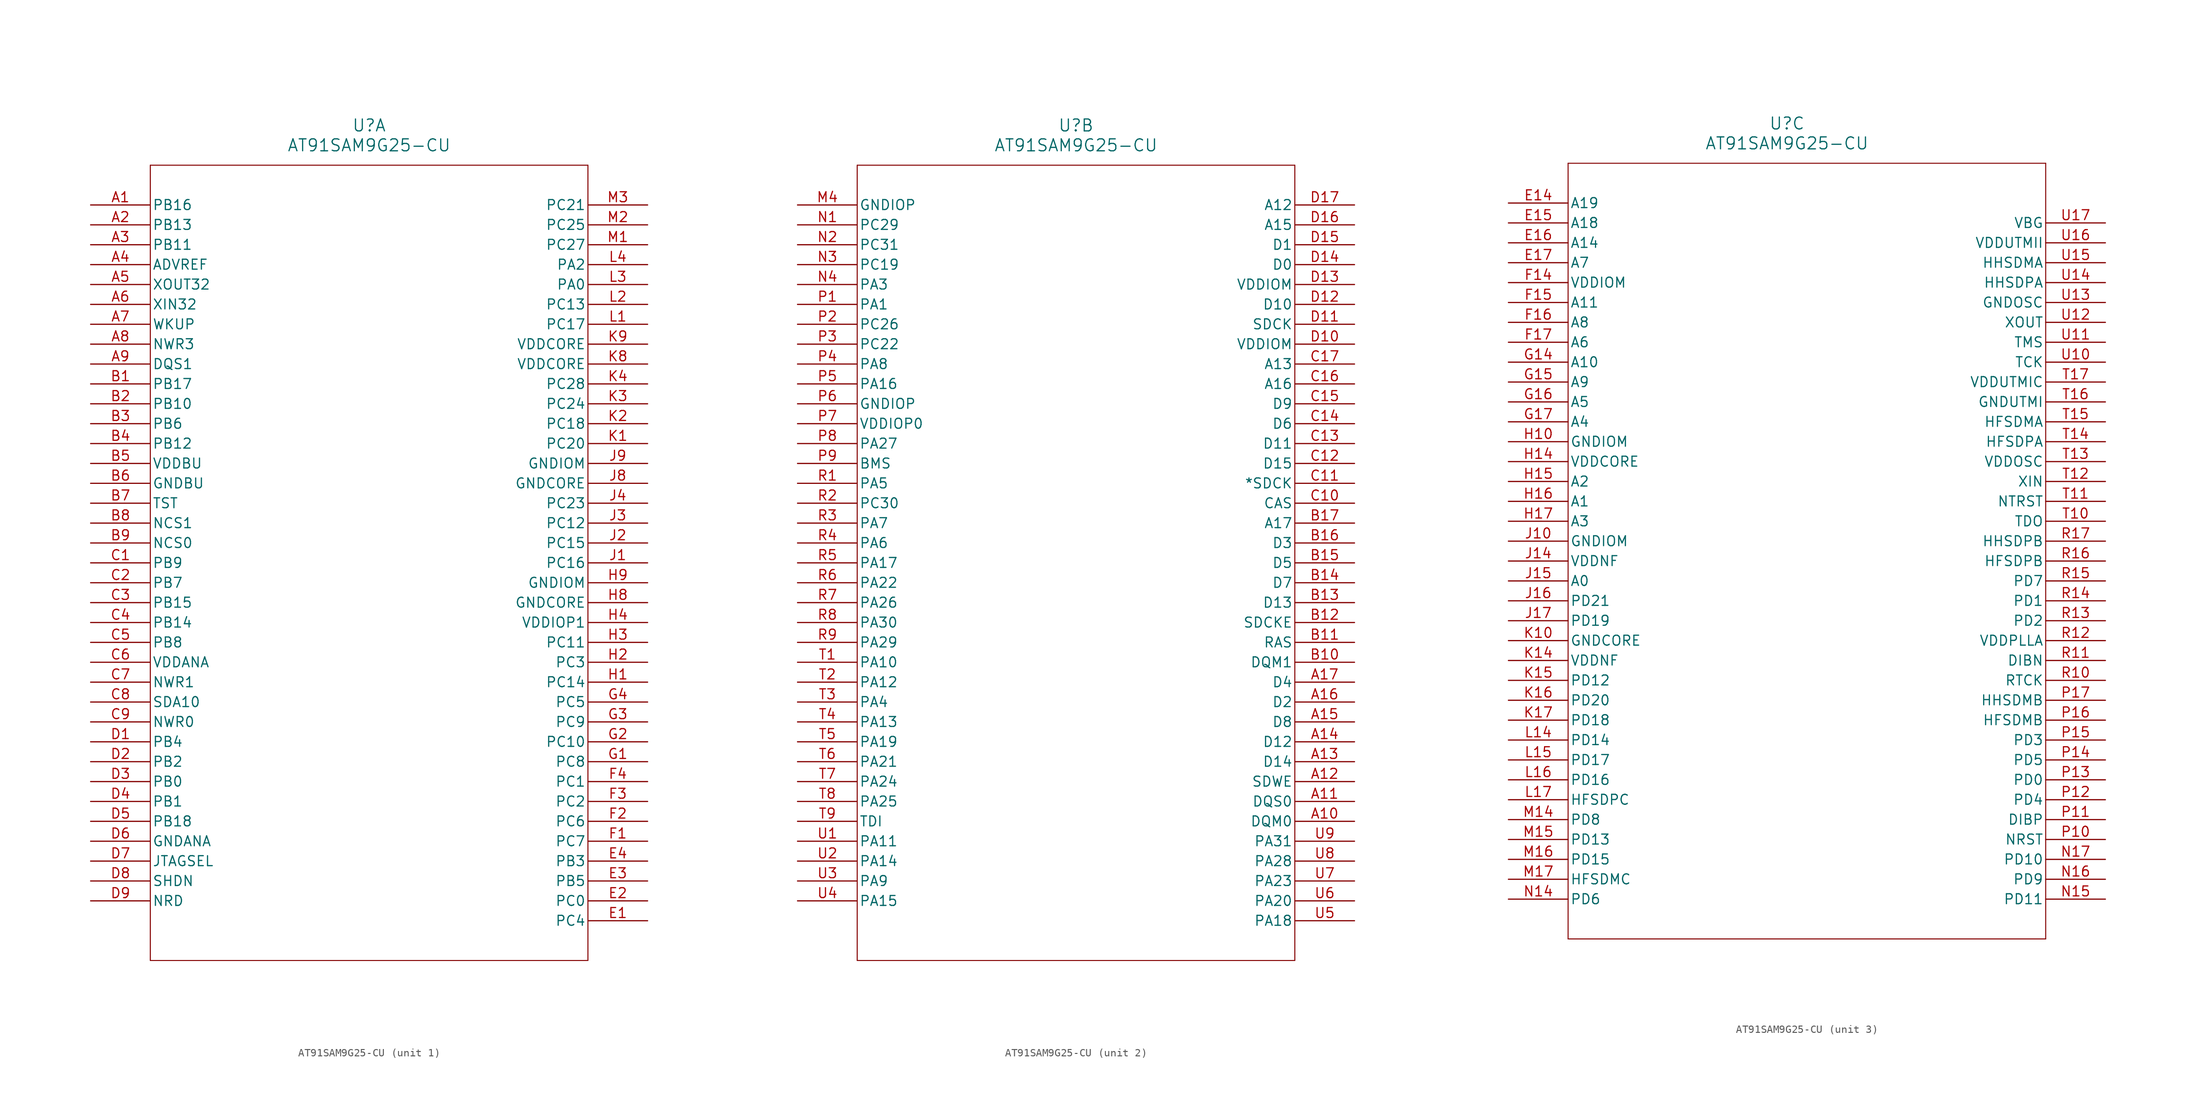
<source format=kicad_sym>
(kicad_symbol_lib
  (version 20211014)
  (generator kicad_symbol_editor)
  (symbol "AT91SAM9G25-CU"
    (pin_names
      (offset 0.254))
    (property "Reference" "U"
      (at 35.56 10.16 0)
      (effects (font (size 1.524 1.524))))
    (property "Value" "AT91SAM9G25-CU"
      (at 35.56 7.62 0)
      (effects (font (size 1.524 1.524))))
    (symbol "AT91SAM9G25-CU_1_1"
      (polyline (pts (xy 7.62 5.08) (xy 7.62 -96.52)) (stroke (width 0.127) (type default) (color 0 0 0 0)) (fill (type none)))
      (polyline (pts (xy 7.62 -96.52) (xy 63.5 -96.52)) (stroke (width 0.127) (type default) (color 0 0 0 0)) (fill (type none)))
      (polyline (pts (xy 63.5 -96.52) (xy 63.5 5.08)) (stroke (width 0.127) (type default) (color 0 0 0 0)) (fill (type none)))
      (polyline (pts (xy 63.5 5.08) (xy 7.62 5.08)) (stroke (width 0.127) (type default) (color 0 0 0 0)) (fill (type none)))
      (pin bidirectional line (at 0 0 0) (length 7.62) (name "PB16" (effects (font (size 1.27 1.27)))) (number "A1" (effects (font (size 1.27 1.27)))))
      (pin bidirectional line (at 0 -2.54 0) (length 7.62) (name "PB13" (effects (font (size 1.27 1.27)))) (number "A2" (effects (font (size 1.27 1.27)))))
      (pin bidirectional line (at 0 -5.08 0) (length 7.62) (name "PB11" (effects (font (size 1.27 1.27)))) (number "A3" (effects (font (size 1.27 1.27)))))
      (pin input line (at 0 -7.62 0) (length 7.62) (name "ADVREF" (effects (font (size 1.27 1.27)))) (number "A4" (effects (font (size 1.27 1.27)))))
      (pin output line (at 0 -10.16 0) (length 7.62) (name "XOUT32" (effects (font (size 1.27 1.27)))) (number "A5" (effects (font (size 1.27 1.27)))))
      (pin input line (at 0 -12.7 0) (length 7.62) (name "XIN32" (effects (font (size 1.27 1.27)))) (number "A6" (effects (font (size 1.27 1.27)))))
      (pin input line (at 0 -15.24 0) (length 7.62) (name "WKUP" (effects (font (size 1.27 1.27)))) (number "A7" (effects (font (size 1.27 1.27)))))
      (pin output line (at 0 -17.78 0) (length 7.62) (name "NWR3" (effects (font (size 1.27 1.27)))) (number "A8" (effects (font (size 1.27 1.27)))))
      (pin bidirectional line (at 0 -20.32 0) (length 7.62) (name "DQS1" (effects (font (size 1.27 1.27)))) (number "A9" (effects (font (size 1.27 1.27)))))
      (pin bidirectional line (at 0 -22.86 0) (length 7.62) (name "PB17" (effects (font (size 1.27 1.27)))) (number "B1" (effects (font (size 1.27 1.27)))))
      (pin bidirectional line (at 0 -25.4 0) (length 7.62) (name "PB10" (effects (font (size 1.27 1.27)))) (number "B2" (effects (font (size 1.27 1.27)))))
      (pin bidirectional line (at 0 -27.94 0) (length 7.62) (name "PB6" (effects (font (size 1.27 1.27)))) (number "B3" (effects (font (size 1.27 1.27)))))
      (pin bidirectional line (at 0 -30.48 0) (length 7.62) (name "PB12" (effects (font (size 1.27 1.27)))) (number "B4" (effects (font (size 1.27 1.27)))))
      (pin input line (at 0 -33.02 0) (length 7.62) (name "VDDBU" (effects (font (size 1.27 1.27)))) (number "B5" (effects (font (size 1.27 1.27)))))
      (pin input line (at 0 -35.56 0) (length 7.62) (name "GNDBU" (effects (font (size 1.27 1.27)))) (number "B6" (effects (font (size 1.27 1.27)))))
      (pin input line (at 0 -38.1 0) (length 7.62) (name "TST" (effects (font (size 1.27 1.27)))) (number "B7" (effects (font (size 1.27 1.27)))))
      (pin output line (at 0 -40.64 0) (length 7.62) (name "NCS1" (effects (font (size 1.27 1.27)))) (number "B8" (effects (font (size 1.27 1.27)))))
      (pin output line (at 0 -43.18 0) (length 7.62) (name "NCS0" (effects (font (size 1.27 1.27)))) (number "B9" (effects (font (size 1.27 1.27)))))
      (pin bidirectional line (at 0 -45.72 0) (length 7.62) (name "PB9" (effects (font (size 1.27 1.27)))) (number "C1" (effects (font (size 1.27 1.27)))))
      (pin bidirectional line (at 0 -48.26 0) (length 7.62) (name "PB7" (effects (font (size 1.27 1.27)))) (number "C2" (effects (font (size 1.27 1.27)))))
      (pin bidirectional line (at 0 -50.8 0) (length 7.62) (name "PB15" (effects (font (size 1.27 1.27)))) (number "C3" (effects (font (size 1.27 1.27)))))
      (pin bidirectional line (at 0 -53.34 0) (length 7.62) (name "PB14" (effects (font (size 1.27 1.27)))) (number "C4" (effects (font (size 1.27 1.27)))))
      (pin bidirectional line (at 0 -55.88 0) (length 7.62) (name "PB8" (effects (font (size 1.27 1.27)))) (number "C5" (effects (font (size 1.27 1.27)))))
      (pin input line (at 0 -58.42 0) (length 7.62) (name "VDDANA" (effects (font (size 1.27 1.27)))) (number "C6" (effects (font (size 1.27 1.27)))))
      (pin output line (at 0 -60.96 0) (length 7.62) (name "NWR1" (effects (font (size 1.27 1.27)))) (number "C7" (effects (font (size 1.27 1.27)))))
      (pin output line (at 0 -63.5 0) (length 7.62) (name "SDA10" (effects (font (size 1.27 1.27)))) (number "C8" (effects (font (size 1.27 1.27)))))
      (pin output line (at 0 -66.04 0) (length 7.62) (name "NWR0" (effects (font (size 1.27 1.27)))) (number "C9" (effects (font (size 1.27 1.27)))))
      (pin bidirectional line (at 0 -68.58 0) (length 7.62) (name "PB4" (effects (font (size 1.27 1.27)))) (number "D1" (effects (font (size 1.27 1.27)))))
      (pin bidirectional line (at 0 -71.12 0) (length 7.62) (name "PB2" (effects (font (size 1.27 1.27)))) (number "D2" (effects (font (size 1.27 1.27)))))
      (pin bidirectional line (at 0 -73.66 0) (length 7.62) (name "PB0" (effects (font (size 1.27 1.27)))) (number "D3" (effects (font (size 1.27 1.27)))))
      (pin bidirectional line (at 0 -76.2 0) (length 7.62) (name "PB1" (effects (font (size 1.27 1.27)))) (number "D4" (effects (font (size 1.27 1.27)))))
      (pin bidirectional line (at 0 -78.74 0) (length 7.62) (name "PB18" (effects (font (size 1.27 1.27)))) (number "D5" (effects (font (size 1.27 1.27)))))
      (pin input line (at 0 -81.28 0) (length 7.62) (name "GNDANA" (effects (font (size 1.27 1.27)))) (number "D6" (effects (font (size 1.27 1.27)))))
      (pin input line (at 0 -83.82 0) (length 7.62) (name "JTAGSEL" (effects (font (size 1.27 1.27)))) (number "D7" (effects (font (size 1.27 1.27)))))
      (pin output line (at 0 -86.36 0) (length 7.62) (name "SHDN" (effects (font (size 1.27 1.27)))) (number "D8" (effects (font (size 1.27 1.27)))))
      (pin output line (at 0 -88.9 0) (length 7.62) (name "NRD" (effects (font (size 1.27 1.27)))) (number "D9" (effects (font (size 1.27 1.27)))))
      (pin bidirectional line (at 71.12 -91.44 180) (length 7.62) (name "PC4" (effects (font (size 1.27 1.27)))) (number "E1" (effects (font (size 1.27 1.27)))))
      (pin bidirectional line (at 71.12 -88.9 180) (length 7.62) (name "PC0" (effects (font (size 1.27 1.27)))) (number "E2" (effects (font (size 1.27 1.27)))))
      (pin bidirectional line (at 71.12 -86.36 180) (length 7.62) (name "PB5" (effects (font (size 1.27 1.27)))) (number "E3" (effects (font (size 1.27 1.27)))))
      (pin bidirectional line (at 71.12 -83.82 180) (length 7.62) (name "PB3" (effects (font (size 1.27 1.27)))) (number "E4" (effects (font (size 1.27 1.27)))))
      (pin bidirectional line (at 71.12 -81.28 180) (length 7.62) (name "PC7" (effects (font (size 1.27 1.27)))) (number "F1" (effects (font (size 1.27 1.27)))))
      (pin bidirectional line (at 71.12 -78.74 180) (length 7.62) (name "PC6" (effects (font (size 1.27 1.27)))) (number "F2" (effects (font (size 1.27 1.27)))))
      (pin bidirectional line (at 71.12 -76.2 180) (length 7.62) (name "PC2" (effects (font (size 1.27 1.27)))) (number "F3" (effects (font (size 1.27 1.27)))))
      (pin bidirectional line (at 71.12 -73.66 180) (length 7.62) (name "PC1" (effects (font (size 1.27 1.27)))) (number "F4" (effects (font (size 1.27 1.27)))))
      (pin bidirectional line (at 71.12 -71.12 180) (length 7.62) (name "PC8" (effects (font (size 1.27 1.27)))) (number "G1" (effects (font (size 1.27 1.27)))))
      (pin bidirectional line (at 71.12 -68.58 180) (length 7.62) (name "PC10" (effects (font (size 1.27 1.27)))) (number "G2" (effects (font (size 1.27 1.27)))))
      (pin bidirectional line (at 71.12 -66.04 180) (length 7.62) (name "PC9" (effects (font (size 1.27 1.27)))) (number "G3" (effects (font (size 1.27 1.27)))))
      (pin bidirectional line (at 71.12 -63.5 180) (length 7.62) (name "PC5" (effects (font (size 1.27 1.27)))) (number "G4" (effects (font (size 1.27 1.27)))))
      (pin bidirectional line (at 71.12 -60.96 180) (length 7.62) (name "PC14" (effects (font (size 1.27 1.27)))) (number "H1" (effects (font (size 1.27 1.27)))))
      (pin bidirectional line (at 71.12 -58.42 180) (length 7.62) (name "PC3" (effects (font (size 1.27 1.27)))) (number "H2" (effects (font (size 1.27 1.27)))))
      (pin bidirectional line (at 71.12 -55.88 180) (length 7.62) (name "PC11" (effects (font (size 1.27 1.27)))) (number "H3" (effects (font (size 1.27 1.27)))))
      (pin input line (at 71.12 -53.34 180) (length 7.62) (name "VDDIOP1" (effects (font (size 1.27 1.27)))) (number "H4" (effects (font (size 1.27 1.27)))))
      (pin input line (at 71.12 -50.8 180) (length 7.62) (name "GNDCORE" (effects (font (size 1.27 1.27)))) (number "H8" (effects (font (size 1.27 1.27)))))
      (pin input line (at 71.12 -48.26 180) (length 7.62) (name "GNDIOM" (effects (font (size 1.27 1.27)))) (number "H9" (effects (font (size 1.27 1.27)))))
      (pin bidirectional line (at 71.12 -45.72 180) (length 7.62) (name "PC16" (effects (font (size 1.27 1.27)))) (number "J1" (effects (font (size 1.27 1.27)))))
      (pin bidirectional line (at 71.12 -43.18 180) (length 7.62) (name "PC15" (effects (font (size 1.27 1.27)))) (number "J2" (effects (font (size 1.27 1.27)))))
      (pin bidirectional line (at 71.12 -40.64 180) (length 7.62) (name "PC12" (effects (font (size 1.27 1.27)))) (number "J3" (effects (font (size 1.27 1.27)))))
      (pin bidirectional line (at 71.12 -38.1 180) (length 7.62) (name "PC23" (effects (font (size 1.27 1.27)))) (number "J4" (effects (font (size 1.27 1.27)))))
      (pin input line (at 71.12 -35.56 180) (length 7.62) (name "GNDCORE" (effects (font (size 1.27 1.27)))) (number "J8" (effects (font (size 1.27 1.27)))))
      (pin input line (at 71.12 -33.02 180) (length 7.62) (name "GNDIOM" (effects (font (size 1.27 1.27)))) (number "J9" (effects (font (size 1.27 1.27)))))
      (pin bidirectional line (at 71.12 -30.48 180) (length 7.62) (name "PC20" (effects (font (size 1.27 1.27)))) (number "K1" (effects (font (size 1.27 1.27)))))
      (pin bidirectional line (at 71.12 -27.94 180) (length 7.62) (name "PC18" (effects (font (size 1.27 1.27)))) (number "K2" (effects (font (size 1.27 1.27)))))
      (pin bidirectional line (at 71.12 -25.4 180) (length 7.62) (name "PC24" (effects (font (size 1.27 1.27)))) (number "K3" (effects (font (size 1.27 1.27)))))
      (pin bidirectional line (at 71.12 -22.86 180) (length 7.62) (name "PC28" (effects (font (size 1.27 1.27)))) (number "K4" (effects (font (size 1.27 1.27)))))
      (pin input line (at 71.12 -20.32 180) (length 7.62) (name "VDDCORE" (effects (font (size 1.27 1.27)))) (number "K8" (effects (font (size 1.27 1.27)))))
      (pin input line (at 71.12 -17.78 180) (length 7.62) (name "VDDCORE" (effects (font (size 1.27 1.27)))) (number "K9" (effects (font (size 1.27 1.27)))))
      (pin bidirectional line (at 71.12 -15.24 180) (length 7.62) (name "PC17" (effects (font (size 1.27 1.27)))) (number "L1" (effects (font (size 1.27 1.27)))))
      (pin bidirectional line (at 71.12 -12.7 180) (length 7.62) (name "PC13" (effects (font (size 1.27 1.27)))) (number "L2" (effects (font (size 1.27 1.27)))))
      (pin bidirectional line (at 71.12 -10.16 180) (length 7.62) (name "PA0" (effects (font (size 1.27 1.27)))) (number "L3" (effects (font (size 1.27 1.27)))))
      (pin bidirectional line (at 71.12 -7.62 180) (length 7.62) (name "PA2" (effects (font (size 1.27 1.27)))) (number "L4" (effects (font (size 1.27 1.27)))))
      (pin bidirectional line (at 71.12 -5.08 180) (length 7.62) (name "PC27" (effects (font (size 1.27 1.27)))) (number "M1" (effects (font (size 1.27 1.27)))))
      (pin bidirectional line (at 71.12 -2.54 180) (length 7.62) (name "PC25" (effects (font (size 1.27 1.27)))) (number "M2" (effects (font (size 1.27 1.27)))))
      (pin bidirectional line (at 71.12 0 180) (length 7.62) (name "PC21" (effects (font (size 1.27 1.27)))) (number "M3" (effects (font (size 1.27 1.27))))))
    (symbol "AT91SAM9G25-CU_2_1"
      (polyline (pts (xy 7.62 5.08) (xy 7.62 -96.52)) (stroke (width 0.127) (type default) (color 0 0 0 0)) (fill (type none)))
      (polyline (pts (xy 7.62 -96.52) (xy 63.5 -96.52)) (stroke (width 0.127) (type default) (color 0 0 0 0)) (fill (type none)))
      (polyline (pts (xy 63.5 -96.52) (xy 63.5 5.08)) (stroke (width 0.127) (type default) (color 0 0 0 0)) (fill (type none)))
      (polyline (pts (xy 63.5 5.08) (xy 7.62 5.08)) (stroke (width 0.127) (type default) (color 0 0 0 0)) (fill (type none)))
      (pin input line (at 0 0 0) (length 7.62) (name "GNDIOP" (effects (font (size 1.27 1.27)))) (number "M4" (effects (font (size 1.27 1.27)))))
      (pin bidirectional line (at 0 -2.54 0) (length 7.62) (name "PC29" (effects (font (size 1.27 1.27)))) (number "N1" (effects (font (size 1.27 1.27)))))
      (pin bidirectional line (at 0 -5.08 0) (length 7.62) (name "PC31" (effects (font (size 1.27 1.27)))) (number "N2" (effects (font (size 1.27 1.27)))))
      (pin bidirectional line (at 0 -7.62 0) (length 7.62) (name "PC19" (effects (font (size 1.27 1.27)))) (number "N3" (effects (font (size 1.27 1.27)))))
      (pin bidirectional line (at 0 -10.16 0) (length 7.62) (name "PA3" (effects (font (size 1.27 1.27)))) (number "N4" (effects (font (size 1.27 1.27)))))
      (pin bidirectional line (at 0 -12.7 0) (length 7.62) (name "PA1" (effects (font (size 1.27 1.27)))) (number "P1" (effects (font (size 1.27 1.27)))))
      (pin bidirectional line (at 0 -15.24 0) (length 7.62) (name "PC26" (effects (font (size 1.27 1.27)))) (number "P2" (effects (font (size 1.27 1.27)))))
      (pin bidirectional line (at 0 -17.78 0) (length 7.62) (name "PC22" (effects (font (size 1.27 1.27)))) (number "P3" (effects (font (size 1.27 1.27)))))
      (pin bidirectional line (at 0 -20.32 0) (length 7.62) (name "PA8" (effects (font (size 1.27 1.27)))) (number "P4" (effects (font (size 1.27 1.27)))))
      (pin bidirectional line (at 0 -22.86 0) (length 7.62) (name "PA16" (effects (font (size 1.27 1.27)))) (number "P5" (effects (font (size 1.27 1.27)))))
      (pin input line (at 0 -25.4 0) (length 7.62) (name "GNDIOP" (effects (font (size 1.27 1.27)))) (number "P6" (effects (font (size 1.27 1.27)))))
      (pin input line (at 0 -27.94 0) (length 7.62) (name "VDDIOP0" (effects (font (size 1.27 1.27)))) (number "P7" (effects (font (size 1.27 1.27)))))
      (pin bidirectional line (at 0 -30.48 0) (length 7.62) (name "PA27" (effects (font (size 1.27 1.27)))) (number "P8" (effects (font (size 1.27 1.27)))))
      (pin input line (at 0 -33.02 0) (length 7.62) (name "BMS" (effects (font (size 1.27 1.27)))) (number "P9" (effects (font (size 1.27 1.27)))))
      (pin bidirectional line (at 0 -35.56 0) (length 7.62) (name "PA5" (effects (font (size 1.27 1.27)))) (number "R1" (effects (font (size 1.27 1.27)))))
      (pin bidirectional line (at 0 -38.1 0) (length 7.62) (name "PC30" (effects (font (size 1.27 1.27)))) (number "R2" (effects (font (size 1.27 1.27)))))
      (pin bidirectional line (at 0 -40.64 0) (length 7.62) (name "PA7" (effects (font (size 1.27 1.27)))) (number "R3" (effects (font (size 1.27 1.27)))))
      (pin bidirectional line (at 0 -43.18 0) (length 7.62) (name "PA6" (effects (font (size 1.27 1.27)))) (number "R4" (effects (font (size 1.27 1.27)))))
      (pin bidirectional line (at 0 -45.72 0) (length 7.62) (name "PA17" (effects (font (size 1.27 1.27)))) (number "R5" (effects (font (size 1.27 1.27)))))
      (pin bidirectional line (at 0 -48.26 0) (length 7.62) (name "PA22" (effects (font (size 1.27 1.27)))) (number "R6" (effects (font (size 1.27 1.27)))))
      (pin bidirectional line (at 0 -50.8 0) (length 7.62) (name "PA26" (effects (font (size 1.27 1.27)))) (number "R7" (effects (font (size 1.27 1.27)))))
      (pin bidirectional line (at 0 -53.34 0) (length 7.62) (name "PA30" (effects (font (size 1.27 1.27)))) (number "R8" (effects (font (size 1.27 1.27)))))
      (pin bidirectional line (at 0 -55.88 0) (length 7.62) (name "PA29" (effects (font (size 1.27 1.27)))) (number "R9" (effects (font (size 1.27 1.27)))))
      (pin bidirectional line (at 0 -58.42 0) (length 7.62) (name "PA10" (effects (font (size 1.27 1.27)))) (number "T1" (effects (font (size 1.27 1.27)))))
      (pin bidirectional line (at 0 -60.96 0) (length 7.62) (name "PA12" (effects (font (size 1.27 1.27)))) (number "T2" (effects (font (size 1.27 1.27)))))
      (pin bidirectional line (at 0 -63.5 0) (length 7.62) (name "PA4" (effects (font (size 1.27 1.27)))) (number "T3" (effects (font (size 1.27 1.27)))))
      (pin bidirectional line (at 0 -66.04 0) (length 7.62) (name "PA13" (effects (font (size 1.27 1.27)))) (number "T4" (effects (font (size 1.27 1.27)))))
      (pin bidirectional line (at 0 -68.58 0) (length 7.62) (name "PA19" (effects (font (size 1.27 1.27)))) (number "T5" (effects (font (size 1.27 1.27)))))
      (pin bidirectional line (at 0 -71.12 0) (length 7.62) (name "PA21" (effects (font (size 1.27 1.27)))) (number "T6" (effects (font (size 1.27 1.27)))))
      (pin bidirectional line (at 0 -73.66 0) (length 7.62) (name "PA24" (effects (font (size 1.27 1.27)))) (number "T7" (effects (font (size 1.27 1.27)))))
      (pin bidirectional line (at 0 -76.2 0) (length 7.62) (name "PA25" (effects (font (size 1.27 1.27)))) (number "T8" (effects (font (size 1.27 1.27)))))
      (pin input line (at 0 -78.74 0) (length 7.62) (name "TDI" (effects (font (size 1.27 1.27)))) (number "T9" (effects (font (size 1.27 1.27)))))
      (pin bidirectional line (at 0 -81.28 0) (length 7.62) (name "PA11" (effects (font (size 1.27 1.27)))) (number "U1" (effects (font (size 1.27 1.27)))))
      (pin bidirectional line (at 0 -83.82 0) (length 7.62) (name "PA14" (effects (font (size 1.27 1.27)))) (number "U2" (effects (font (size 1.27 1.27)))))
      (pin bidirectional line (at 0 -86.36 0) (length 7.62) (name "PA9" (effects (font (size 1.27 1.27)))) (number "U3" (effects (font (size 1.27 1.27)))))
      (pin bidirectional line (at 0 -88.9 0) (length 7.62) (name "PA15" (effects (font (size 1.27 1.27)))) (number "U4" (effects (font (size 1.27 1.27)))))
      (pin bidirectional line (at 71.12 -91.44 180) (length 7.62) (name "PA18" (effects (font (size 1.27 1.27)))) (number "U5" (effects (font (size 1.27 1.27)))))
      (pin bidirectional line (at 71.12 -88.9 180) (length 7.62) (name "PA20" (effects (font (size 1.27 1.27)))) (number "U6" (effects (font (size 1.27 1.27)))))
      (pin bidirectional line (at 71.12 -86.36 180) (length 7.62) (name "PA23" (effects (font (size 1.27 1.27)))) (number "U7" (effects (font (size 1.27 1.27)))))
      (pin bidirectional line (at 71.12 -83.82 180) (length 7.62) (name "PA28" (effects (font (size 1.27 1.27)))) (number "U8" (effects (font (size 1.27 1.27)))))
      (pin bidirectional line (at 71.12 -81.28 180) (length 7.62) (name "PA31" (effects (font (size 1.27 1.27)))) (number "U9" (effects (font (size 1.27 1.27)))))
      (pin output line (at 71.12 -78.74 180) (length 7.62) (name "DQM0" (effects (font (size 1.27 1.27)))) (number "A10" (effects (font (size 1.27 1.27)))))
      (pin bidirectional line (at 71.12 -76.2 180) (length 7.62) (name "DQS0" (effects (font (size 1.27 1.27)))) (number "A11" (effects (font (size 1.27 1.27)))))
      (pin output line (at 71.12 -73.66 180) (length 7.62) (name "SDWE" (effects (font (size 1.27 1.27)))) (number "A12" (effects (font (size 1.27 1.27)))))
      (pin bidirectional line (at 71.12 -71.12 180) (length 7.62) (name "D14" (effects (font (size 1.27 1.27)))) (number "A13" (effects (font (size 1.27 1.27)))))
      (pin bidirectional line (at 71.12 -68.58 180) (length 7.62) (name "D12" (effects (font (size 1.27 1.27)))) (number "A14" (effects (font (size 1.27 1.27)))))
      (pin bidirectional line (at 71.12 -66.04 180) (length 7.62) (name "D8" (effects (font (size 1.27 1.27)))) (number "A15" (effects (font (size 1.27 1.27)))))
      (pin bidirectional line (at 71.12 -63.5 180) (length 7.62) (name "D2" (effects (font (size 1.27 1.27)))) (number "A16" (effects (font (size 1.27 1.27)))))
      (pin bidirectional line (at 71.12 -60.96 180) (length 7.62) (name "D4" (effects (font (size 1.27 1.27)))) (number "A17" (effects (font (size 1.27 1.27)))))
      (pin output line (at 71.12 -58.42 180) (length 7.62) (name "DQM1" (effects (font (size 1.27 1.27)))) (number "B10" (effects (font (size 1.27 1.27)))))
      (pin output line (at 71.12 -55.88 180) (length 7.62) (name "RAS" (effects (font (size 1.27 1.27)))) (number "B11" (effects (font (size 1.27 1.27)))))
      (pin output line (at 71.12 -53.34 180) (length 7.62) (name "SDCKE" (effects (font (size 1.27 1.27)))) (number "B12" (effects (font (size 1.27 1.27)))))
      (pin bidirectional line (at 71.12 -50.8 180) (length 7.62) (name "D13" (effects (font (size 1.27 1.27)))) (number "B13" (effects (font (size 1.27 1.27)))))
      (pin bidirectional line (at 71.12 -48.26 180) (length 7.62) (name "D7" (effects (font (size 1.27 1.27)))) (number "B14" (effects (font (size 1.27 1.27)))))
      (pin bidirectional line (at 71.12 -45.72 180) (length 7.62) (name "D5" (effects (font (size 1.27 1.27)))) (number "B15" (effects (font (size 1.27 1.27)))))
      (pin bidirectional line (at 71.12 -43.18 180) (length 7.62) (name "D3" (effects (font (size 1.27 1.27)))) (number "B16" (effects (font (size 1.27 1.27)))))
      (pin output line (at 71.12 -40.64 180) (length 7.62) (name "A17" (effects (font (size 1.27 1.27)))) (number "B17" (effects (font (size 1.27 1.27)))))
      (pin output line (at 71.12 -38.1 180) (length 7.62) (name "CAS" (effects (font (size 1.27 1.27)))) (number "C10" (effects (font (size 1.27 1.27)))))
      (pin output line (at 71.12 -35.56 180) (length 7.62) (name "*SDCK" (effects (font (size 1.27 1.27)))) (number "C11" (effects (font (size 1.27 1.27)))))
      (pin bidirectional line (at 71.12 -33.02 180) (length 7.62) (name "D15" (effects (font (size 1.27 1.27)))) (number "C12" (effects (font (size 1.27 1.27)))))
      (pin bidirectional line (at 71.12 -30.48 180) (length 7.62) (name "D11" (effects (font (size 1.27 1.27)))) (number "C13" (effects (font (size 1.27 1.27)))))
      (pin bidirectional line (at 71.12 -27.94 180) (length 7.62) (name "D6" (effects (font (size 1.27 1.27)))) (number "C14" (effects (font (size 1.27 1.27)))))
      (pin bidirectional line (at 71.12 -25.4 180) (length 7.62) (name "D9" (effects (font (size 1.27 1.27)))) (number "C15" (effects (font (size 1.27 1.27)))))
      (pin output line (at 71.12 -22.86 180) (length 7.62) (name "A16" (effects (font (size 1.27 1.27)))) (number "C16" (effects (font (size 1.27 1.27)))))
      (pin output line (at 71.12 -20.32 180) (length 7.62) (name "A13" (effects (font (size 1.27 1.27)))) (number "C17" (effects (font (size 1.27 1.27)))))
      (pin input line (at 71.12 -17.78 180) (length 7.62) (name "VDDIOM" (effects (font (size 1.27 1.27)))) (number "D10" (effects (font (size 1.27 1.27)))))
      (pin output line (at 71.12 -15.24 180) (length 7.62) (name "SDCK" (effects (font (size 1.27 1.27)))) (number "D11" (effects (font (size 1.27 1.27)))))
      (pin bidirectional line (at 71.12 -12.7 180) (length 7.62) (name "D10" (effects (font (size 1.27 1.27)))) (number "D12" (effects (font (size 1.27 1.27)))))
      (pin input line (at 71.12 -10.16 180) (length 7.62) (name "VDDIOM" (effects (font (size 1.27 1.27)))) (number "D13" (effects (font (size 1.27 1.27)))))
      (pin bidirectional line (at 71.12 -7.62 180) (length 7.62) (name "D0" (effects (font (size 1.27 1.27)))) (number "D14" (effects (font (size 1.27 1.27)))))
      (pin bidirectional line (at 71.12 -5.08 180) (length 7.62) (name "D1" (effects (font (size 1.27 1.27)))) (number "D15" (effects (font (size 1.27 1.27)))))
      (pin output line (at 71.12 -2.54 180) (length 7.62) (name "A15" (effects (font (size 1.27 1.27)))) (number "D16" (effects (font (size 1.27 1.27)))))
      (pin output line (at 71.12 0 180) (length 7.62) (name "A12" (effects (font (size 1.27 1.27)))) (number "D17" (effects (font (size 1.27 1.27))))))
    (symbol "AT91SAM9G25-CU_3_1"
      (polyline (pts (xy 7.62 5.08) (xy 7.62 -93.98)) (stroke (width 0.127) (type default) (color 0 0 0 0)) (fill (type none)))
      (polyline (pts (xy 7.62 -93.98) (xy 68.58 -93.98)) (stroke (width 0.127) (type default) (color 0 0 0 0)) (fill (type none)))
      (polyline (pts (xy 68.58 -93.98) (xy 68.58 5.08)) (stroke (width 0.127) (type default) (color 0 0 0 0)) (fill (type none)))
      (polyline (pts (xy 68.58 5.08) (xy 7.62 5.08)) (stroke (width 0.127) (type default) (color 0 0 0 0)) (fill (type none)))
      (pin output line (at 0 0 0) (length 7.62) (name "A19" (effects (font (size 1.27 1.27)))) (number "E14" (effects (font (size 1.27 1.27)))))
      (pin output line (at 0 -2.54 0) (length 7.62) (name "A18" (effects (font (size 1.27 1.27)))) (number "E15" (effects (font (size 1.27 1.27)))))
      (pin output line (at 0 -5.08 0) (length 7.62) (name "A14" (effects (font (size 1.27 1.27)))) (number "E16" (effects (font (size 1.27 1.27)))))
      (pin output line (at 0 -7.62 0) (length 7.62) (name "A7" (effects (font (size 1.27 1.27)))) (number "E17" (effects (font (size 1.27 1.27)))))
      (pin input line (at 0 -10.16 0) (length 7.62) (name "VDDIOM" (effects (font (size 1.27 1.27)))) (number "F14" (effects (font (size 1.27 1.27)))))
      (pin output line (at 0 -12.7 0) (length 7.62) (name "A11" (effects (font (size 1.27 1.27)))) (number "F15" (effects (font (size 1.27 1.27)))))
      (pin output line (at 0 -15.24 0) (length 7.62) (name "A8" (effects (font (size 1.27 1.27)))) (number "F16" (effects (font (size 1.27 1.27)))))
      (pin output line (at 0 -17.78 0) (length 7.62) (name "A6" (effects (font (size 1.27 1.27)))) (number "F17" (effects (font (size 1.27 1.27)))))
      (pin output line (at 0 -20.32 0) (length 7.62) (name "A10" (effects (font (size 1.27 1.27)))) (number "G14" (effects (font (size 1.27 1.27)))))
      (pin output line (at 0 -22.86 0) (length 7.62) (name "A9" (effects (font (size 1.27 1.27)))) (number "G15" (effects (font (size 1.27 1.27)))))
      (pin output line (at 0 -25.4 0) (length 7.62) (name "A5" (effects (font (size 1.27 1.27)))) (number "G16" (effects (font (size 1.27 1.27)))))
      (pin output line (at 0 -27.94 0) (length 7.62) (name "A4" (effects (font (size 1.27 1.27)))) (number "G17" (effects (font (size 1.27 1.27)))))
      (pin input line (at 0 -30.48 0) (length 7.62) (name "GNDIOM" (effects (font (size 1.27 1.27)))) (number "H10" (effects (font (size 1.27 1.27)))))
      (pin input line (at 0 -33.02 0) (length 7.62) (name "VDDCORE" (effects (font (size 1.27 1.27)))) (number "H14" (effects (font (size 1.27 1.27)))))
      (pin output line (at 0 -35.56 0) (length 7.62) (name "A2" (effects (font (size 1.27 1.27)))) (number "H15" (effects (font (size 1.27 1.27)))))
      (pin output line (at 0 -38.1 0) (length 7.62) (name "A1" (effects (font (size 1.27 1.27)))) (number "H16" (effects (font (size 1.27 1.27)))))
      (pin output line (at 0 -40.64 0) (length 7.62) (name "A3" (effects (font (size 1.27 1.27)))) (number "H17" (effects (font (size 1.27 1.27)))))
      (pin input line (at 0 -43.18 0) (length 7.62) (name "GNDIOM" (effects (font (size 1.27 1.27)))) (number "J10" (effects (font (size 1.27 1.27)))))
      (pin input line (at 0 -45.72 0) (length 7.62) (name "VDDNF" (effects (font (size 1.27 1.27)))) (number "J14" (effects (font (size 1.27 1.27)))))
      (pin output line (at 0 -48.26 0) (length 7.62) (name "A0" (effects (font (size 1.27 1.27)))) (number "J15" (effects (font (size 1.27 1.27)))))
      (pin bidirectional line (at 0 -50.8 0) (length 7.62) (name "PD21" (effects (font (size 1.27 1.27)))) (number "J16" (effects (font (size 1.27 1.27)))))
      (pin bidirectional line (at 0 -53.34 0) (length 7.62) (name "PD19" (effects (font (size 1.27 1.27)))) (number "J17" (effects (font (size 1.27 1.27)))))
      (pin input line (at 0 -55.88 0) (length 7.62) (name "GNDCORE" (effects (font (size 1.27 1.27)))) (number "K10" (effects (font (size 1.27 1.27)))))
      (pin input line (at 0 -58.42 0) (length 7.62) (name "VDDNF" (effects (font (size 1.27 1.27)))) (number "K14" (effects (font (size 1.27 1.27)))))
      (pin bidirectional line (at 0 -60.96 0) (length 7.62) (name "PD12" (effects (font (size 1.27 1.27)))) (number "K15" (effects (font (size 1.27 1.27)))))
      (pin bidirectional line (at 0 -63.5 0) (length 7.62) (name "PD20" (effects (font (size 1.27 1.27)))) (number "K16" (effects (font (size 1.27 1.27)))))
      (pin bidirectional line (at 0 -66.04 0) (length 7.62) (name "PD18" (effects (font (size 1.27 1.27)))) (number "K17" (effects (font (size 1.27 1.27)))))
      (pin bidirectional line (at 0 -68.58 0) (length 7.62) (name "PD14" (effects (font (size 1.27 1.27)))) (number "L14" (effects (font (size 1.27 1.27)))))
      (pin bidirectional line (at 0 -71.12 0) (length 7.62) (name "PD17" (effects (font (size 1.27 1.27)))) (number "L15" (effects (font (size 1.27 1.27)))))
      (pin bidirectional line (at 0 -73.66 0) (length 7.62) (name "PD16" (effects (font (size 1.27 1.27)))) (number "L16" (effects (font (size 1.27 1.27)))))
      (pin bidirectional line (at 0 -76.2 0) (length 7.62) (name "HFSDPC" (effects (font (size 1.27 1.27)))) (number "L17" (effects (font (size 1.27 1.27)))))
      (pin bidirectional line (at 0 -78.74 0) (length 7.62) (name "PD8" (effects (font (size 1.27 1.27)))) (number "M14" (effects (font (size 1.27 1.27)))))
      (pin bidirectional line (at 0 -81.28 0) (length 7.62) (name "PD13" (effects (font (size 1.27 1.27)))) (number "M15" (effects (font (size 1.27 1.27)))))
      (pin bidirectional line (at 0 -83.82 0) (length 7.62) (name "PD15" (effects (font (size 1.27 1.27)))) (number "M16" (effects (font (size 1.27 1.27)))))
      (pin bidirectional line (at 0 -86.36 0) (length 7.62) (name "HFSDMC" (effects (font (size 1.27 1.27)))) (number "M17" (effects (font (size 1.27 1.27)))))
      (pin bidirectional line (at 0 -88.9 0) (length 7.62) (name "PD6" (effects (font (size 1.27 1.27)))) (number "N14" (effects (font (size 1.27 1.27)))))
      (pin bidirectional line (at 76.2 -88.9 180) (length 7.62) (name "PD11" (effects (font (size 1.27 1.27)))) (number "N15" (effects (font (size 1.27 1.27)))))
      (pin bidirectional line (at 76.2 -86.36 180) (length 7.62) (name "PD9" (effects (font (size 1.27 1.27)))) (number "N16" (effects (font (size 1.27 1.27)))))
      (pin bidirectional line (at 76.2 -83.82 180) (length 7.62) (name "PD10" (effects (font (size 1.27 1.27)))) (number "N17" (effects (font (size 1.27 1.27)))))
      (pin bidirectional line (at 76.2 -81.28 180) (length 7.62) (name "NRST" (effects (font (size 1.27 1.27)))) (number "P10" (effects (font (size 1.27 1.27)))))
      (pin bidirectional line (at 76.2 -78.74 180) (length 7.62) (name "DIBP" (effects (font (size 1.27 1.27)))) (number "P11" (effects (font (size 1.27 1.27)))))
      (pin bidirectional line (at 76.2 -76.2 180) (length 7.62) (name "PD4" (effects (font (size 1.27 1.27)))) (number "P12" (effects (font (size 1.27 1.27)))))
      (pin bidirectional line (at 76.2 -73.66 180) (length 7.62) (name "PD0" (effects (font (size 1.27 1.27)))) (number "P13" (effects (font (size 1.27 1.27)))))
      (pin bidirectional line (at 76.2 -71.12 180) (length 7.62) (name "PD5" (effects (font (size 1.27 1.27)))) (number "P14" (effects (font (size 1.27 1.27)))))
      (pin bidirectional line (at 76.2 -68.58 180) (length 7.62) (name "PD3" (effects (font (size 1.27 1.27)))) (number "P15" (effects (font (size 1.27 1.27)))))
      (pin bidirectional line (at 76.2 -66.04 180) (length 7.62) (name "HFSDMB" (effects (font (size 1.27 1.27)))) (number "P16" (effects (font (size 1.27 1.27)))))
      (pin bidirectional line (at 76.2 -63.5 180) (length 7.62) (name "HHSDMB" (effects (font (size 1.27 1.27)))) (number "P17" (effects (font (size 1.27 1.27)))))
      (pin output line (at 76.2 -60.96 180) (length 7.62) (name "RTCK" (effects (font (size 1.27 1.27)))) (number "R10" (effects (font (size 1.27 1.27)))))
      (pin bidirectional line (at 76.2 -58.42 180) (length 7.62) (name "DIBN" (effects (font (size 1.27 1.27)))) (number "R11" (effects (font (size 1.27 1.27)))))
      (pin input line (at 76.2 -55.88 180) (length 7.62) (name "VDDPLLA" (effects (font (size 1.27 1.27)))) (number "R12" (effects (font (size 1.27 1.27)))))
      (pin bidirectional line (at 76.2 -53.34 180) (length 7.62) (name "PD2" (effects (font (size 1.27 1.27)))) (number "R13" (effects (font (size 1.27 1.27)))))
      (pin bidirectional line (at 76.2 -50.8 180) (length 7.62) (name "PD1" (effects (font (size 1.27 1.27)))) (number "R14" (effects (font (size 1.27 1.27)))))
      (pin bidirectional line (at 76.2 -48.26 180) (length 7.62) (name "PD7" (effects (font (size 1.27 1.27)))) (number "R15" (effects (font (size 1.27 1.27)))))
      (pin bidirectional line (at 76.2 -45.72 180) (length 7.62) (name "HFSDPB" (effects (font (size 1.27 1.27)))) (number "R16" (effects (font (size 1.27 1.27)))))
      (pin bidirectional line (at 76.2 -43.18 180) (length 7.62) (name "HHSDPB" (effects (font (size 1.27 1.27)))) (number "R17" (effects (font (size 1.27 1.27)))))
      (pin output line (at 76.2 -40.64 180) (length 7.62) (name "TDO" (effects (font (size 1.27 1.27)))) (number "T10" (effects (font (size 1.27 1.27)))))
      (pin input line (at 76.2 -38.1 180) (length 7.62) (name "NTRST" (effects (font (size 1.27 1.27)))) (number "T11" (effects (font (size 1.27 1.27)))))
      (pin input line (at 76.2 -35.56 180) (length 7.62) (name "XIN" (effects (font (size 1.27 1.27)))) (number "T12" (effects (font (size 1.27 1.27)))))
      (pin input line (at 76.2 -33.02 180) (length 7.62) (name "VDDOSC" (effects (font (size 1.27 1.27)))) (number "T13" (effects (font (size 1.27 1.27)))))
      (pin bidirectional line (at 76.2 -30.48 180) (length 7.62) (name "HFSDPA" (effects (font (size 1.27 1.27)))) (number "T14" (effects (font (size 1.27 1.27)))))
      (pin bidirectional line (at 76.2 -27.94 180) (length 7.62) (name "HFSDMA" (effects (font (size 1.27 1.27)))) (number "T15" (effects (font (size 1.27 1.27)))))
      (pin input line (at 76.2 -25.4 180) (length 7.62) (name "GNDUTMI" (effects (font (size 1.27 1.27)))) (number "T16" (effects (font (size 1.27 1.27)))))
      (pin input line (at 76.2 -22.86 180) (length 7.62) (name "VDDUTMIC" (effects (font (size 1.27 1.27)))) (number "T17" (effects (font (size 1.27 1.27)))))
      (pin input line (at 76.2 -20.32 180) (length 7.62) (name "TCK" (effects (font (size 1.27 1.27)))) (number "U10" (effects (font (size 1.27 1.27)))))
      (pin input line (at 76.2 -17.78 180) (length 7.62) (name "TMS" (effects (font (size 1.27 1.27)))) (number "U11" (effects (font (size 1.27 1.27)))))
      (pin output line (at 76.2 -15.24 180) (length 7.62) (name "XOUT" (effects (font (size 1.27 1.27)))) (number "U12" (effects (font (size 1.27 1.27)))))
      (pin input line (at 76.2 -12.7 180) (length 7.62) (name "GNDOSC" (effects (font (size 1.27 1.27)))) (number "U13" (effects (font (size 1.27 1.27)))))
      (pin bidirectional line (at 76.2 -10.16 180) (length 7.62) (name "HHSDPA" (effects (font (size 1.27 1.27)))) (number "U14" (effects (font (size 1.27 1.27)))))
      (pin bidirectional line (at 76.2 -7.62 180) (length 7.62) (name "HHSDMA" (effects (font (size 1.27 1.27)))) (number "U15" (effects (font (size 1.27 1.27)))))
      (pin input line (at 76.2 -5.08 180) (length 7.62) (name "VDDUTMII" (effects (font (size 1.27 1.27)))) (number "U16" (effects (font (size 1.27 1.27)))))
      (pin input line (at 76.2 -2.54 180) (length 7.62) (name "VBG" (effects (font (size 1.27 1.27)))) (number "U17" (effects (font (size 1.27 1.27))))))))
</source>
